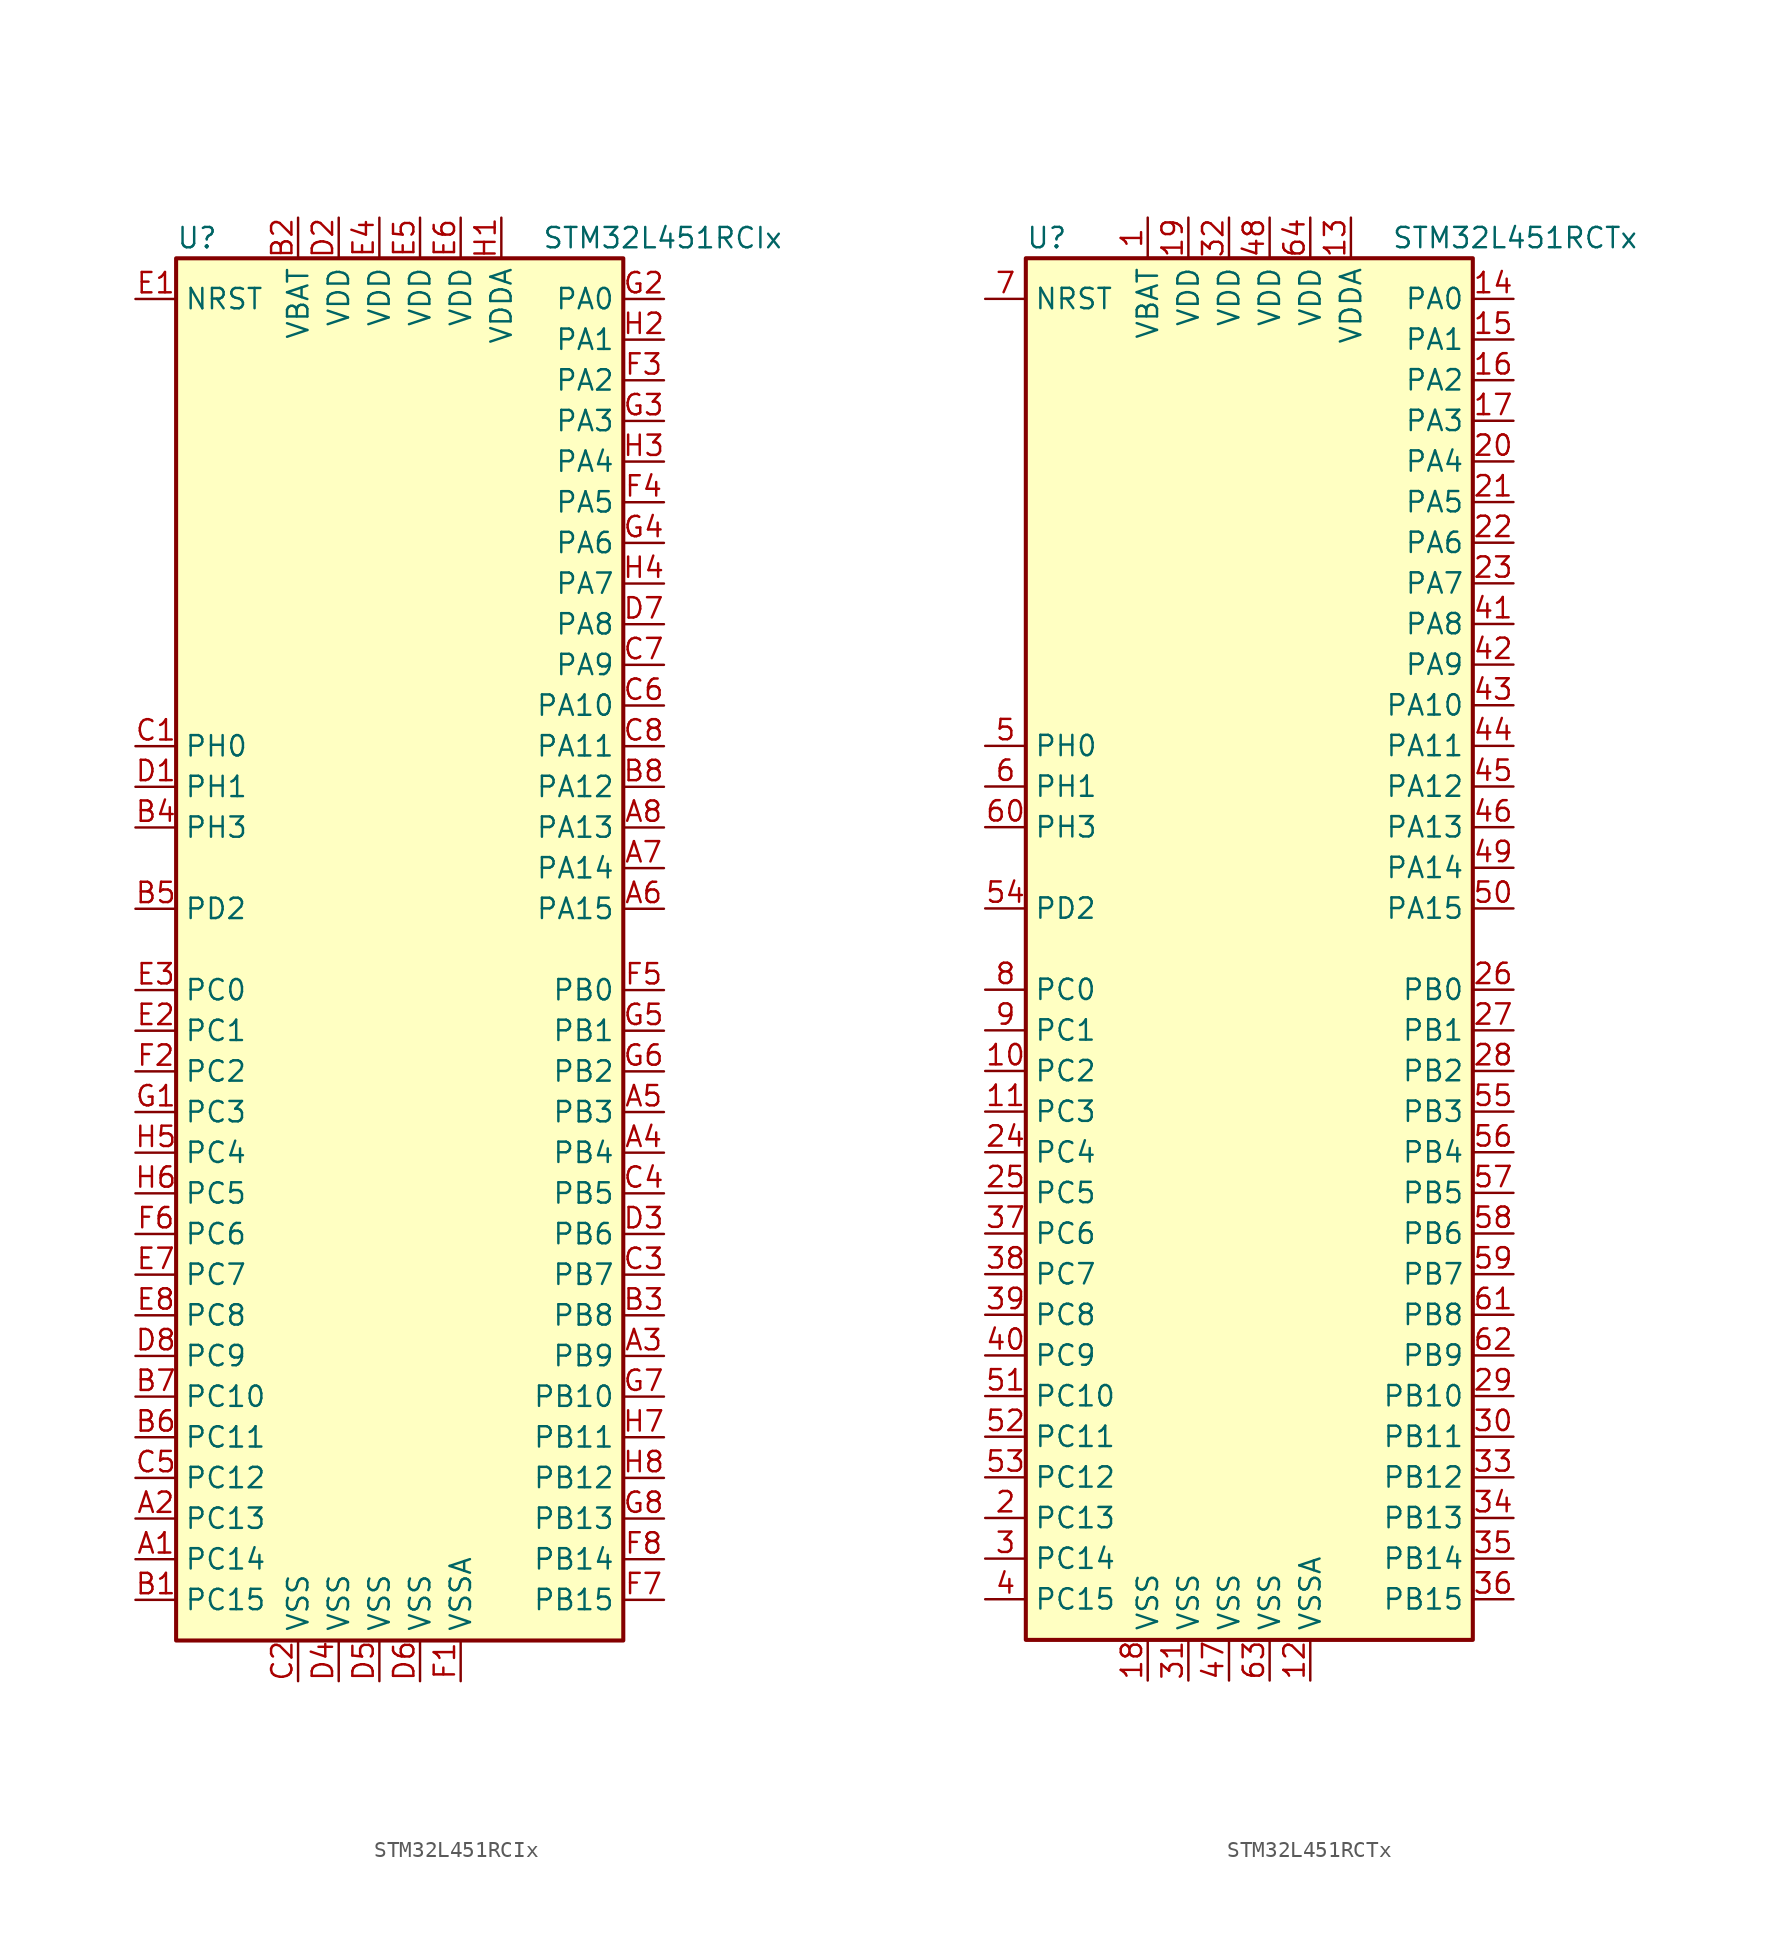
<source format=kicad_sym>
(kicad_symbol_lib
  (version 20211014)
  (generator kicad_symbol_editor)
  (symbol "STM32L451RCIx"
    (property "Reference" "U"
      (at -15.24 44.45 0)
      (effects (font (size 1.27 1.27)) (justify left)))
    (property "Value" "STM32L451RCIx"
      (at 7.62 44.45 0)
      (effects (font (size 1.27 1.27)) (justify left)))
    (symbol "STM32L451RCIx_0_1"
      (rectangle (start -15.24 -43.18) (end 12.7 43.18) (stroke (width 0.254) (type default) (color 0 0 0 0)) (fill (type background))))
    (symbol "STM32L451RCIx_1_1"
      (pin bidirectional line (at -17.78 -38.1 0) (length 2.54) (name "PC14" (effects (font (size 1.27 1.27)))) (number "A1" (effects (font (size 1.27 1.27)))))
      (pin bidirectional line (at -17.78 -35.56 0) (length 2.54) (name "PC13" (effects (font (size 1.27 1.27)))) (number "A2" (effects (font (size 1.27 1.27)))))
      (pin bidirectional line (at 15.24 -25.4 180) (length 2.54) (name "PB9" (effects (font (size 1.27 1.27)))) (number "A3" (effects (font (size 1.27 1.27)))))
      (pin bidirectional line (at 15.24 -12.7 180) (length 2.54) (name "PB4" (effects (font (size 1.27 1.27)))) (number "A4" (effects (font (size 1.27 1.27)))))
      (pin bidirectional line (at 15.24 -10.16 180) (length 2.54) (name "PB3" (effects (font (size 1.27 1.27)))) (number "A5" (effects (font (size 1.27 1.27)))))
      (pin bidirectional line (at 15.24 2.54 180) (length 2.54) (name "PA15" (effects (font (size 1.27 1.27)))) (number "A6" (effects (font (size 1.27 1.27)))))
      (pin bidirectional line (at 15.24 5.08 180) (length 2.54) (name "PA14" (effects (font (size 1.27 1.27)))) (number "A7" (effects (font (size 1.27 1.27)))))
      (pin bidirectional line (at 15.24 7.62 180) (length 2.54) (name "PA13" (effects (font (size 1.27 1.27)))) (number "A8" (effects (font (size 1.27 1.27)))))
      (pin bidirectional line (at -17.78 -40.64 0) (length 2.54) (name "PC15" (effects (font (size 1.27 1.27)))) (number "B1" (effects (font (size 1.27 1.27)))))
      (pin power_in line (at -7.62 45.72 270) (length 2.54) (name "VBAT" (effects (font (size 1.27 1.27)))) (number "B2" (effects (font (size 1.27 1.27)))))
      (pin bidirectional line (at 15.24 -22.86 180) (length 2.54) (name "PB8" (effects (font (size 1.27 1.27)))) (number "B3" (effects (font (size 1.27 1.27)))))
      (pin bidirectional line (at -17.78 7.62 0) (length 2.54) (name "PH3" (effects (font (size 1.27 1.27)))) (number "B4" (effects (font (size 1.27 1.27)))))
      (pin bidirectional line (at -17.78 2.54 0) (length 2.54) (name "PD2" (effects (font (size 1.27 1.27)))) (number "B5" (effects (font (size 1.27 1.27)))))
      (pin bidirectional line (at -17.78 -30.48 0) (length 2.54) (name "PC11" (effects (font (size 1.27 1.27)))) (number "B6" (effects (font (size 1.27 1.27)))))
      (pin bidirectional line (at -17.78 -27.94 0) (length 2.54) (name "PC10" (effects (font (size 1.27 1.27)))) (number "B7" (effects (font (size 1.27 1.27)))))
      (pin bidirectional line (at 15.24 10.16 180) (length 2.54) (name "PA12" (effects (font (size 1.27 1.27)))) (number "B8" (effects (font (size 1.27 1.27)))))
      (pin input line (at -17.78 12.7 0) (length 2.54) (name "PH0" (effects (font (size 1.27 1.27)))) (number "C1" (effects (font (size 1.27 1.27)))))
      (pin power_in line (at -7.62 -45.72 90) (length 2.54) (name "VSS" (effects (font (size 1.27 1.27)))) (number "C2" (effects (font (size 1.27 1.27)))))
      (pin bidirectional line (at 15.24 -20.32 180) (length 2.54) (name "PB7" (effects (font (size 1.27 1.27)))) (number "C3" (effects (font (size 1.27 1.27)))))
      (pin bidirectional line (at 15.24 -15.24 180) (length 2.54) (name "PB5" (effects (font (size 1.27 1.27)))) (number "C4" (effects (font (size 1.27 1.27)))))
      (pin bidirectional line (at -17.78 -33.02 0) (length 2.54) (name "PC12" (effects (font (size 1.27 1.27)))) (number "C5" (effects (font (size 1.27 1.27)))))
      (pin bidirectional line (at 15.24 15.24 180) (length 2.54) (name "PA10" (effects (font (size 1.27 1.27)))) (number "C6" (effects (font (size 1.27 1.27)))))
      (pin bidirectional line (at 15.24 17.78 180) (length 2.54) (name "PA9" (effects (font (size 1.27 1.27)))) (number "C7" (effects (font (size 1.27 1.27)))))
      (pin bidirectional line (at 15.24 12.7 180) (length 2.54) (name "PA11" (effects (font (size 1.27 1.27)))) (number "C8" (effects (font (size 1.27 1.27)))))
      (pin input line (at -17.78 10.16 0) (length 2.54) (name "PH1" (effects (font (size 1.27 1.27)))) (number "D1" (effects (font (size 1.27 1.27)))))
      (pin power_in line (at -5.08 45.72 270) (length 2.54) (name "VDD" (effects (font (size 1.27 1.27)))) (number "D2" (effects (font (size 1.27 1.27)))))
      (pin bidirectional line (at 15.24 -17.78 180) (length 2.54) (name "PB6" (effects (font (size 1.27 1.27)))) (number "D3" (effects (font (size 1.27 1.27)))))
      (pin power_in line (at -5.08 -45.72 90) (length 2.54) (name "VSS" (effects (font (size 1.27 1.27)))) (number "D4" (effects (font (size 1.27 1.27)))))
      (pin power_in line (at -2.54 -45.72 90) (length 2.54) (name "VSS" (effects (font (size 1.27 1.27)))) (number "D5" (effects (font (size 1.27 1.27)))))
      (pin power_in line (at 0 -45.72 90) (length 2.54) (name "VSS" (effects (font (size 1.27 1.27)))) (number "D6" (effects (font (size 1.27 1.27)))))
      (pin bidirectional line (at 15.24 20.32 180) (length 2.54) (name "PA8" (effects (font (size 1.27 1.27)))) (number "D7" (effects (font (size 1.27 1.27)))))
      (pin bidirectional line (at -17.78 -25.4 0) (length 2.54) (name "PC9" (effects (font (size 1.27 1.27)))) (number "D8" (effects (font (size 1.27 1.27)))))
      (pin input line (at -17.78 40.64 0) (length 2.54) (name "NRST" (effects (font (size 1.27 1.27)))) (number "E1" (effects (font (size 1.27 1.27)))))
      (pin bidirectional line (at -17.78 -5.08 0) (length 2.54) (name "PC1" (effects (font (size 1.27 1.27)))) (number "E2" (effects (font (size 1.27 1.27)))))
      (pin bidirectional line (at -17.78 -2.54 0) (length 2.54) (name "PC0" (effects (font (size 1.27 1.27)))) (number "E3" (effects (font (size 1.27 1.27)))))
      (pin power_in line (at -2.54 45.72 270) (length 2.54) (name "VDD" (effects (font (size 1.27 1.27)))) (number "E4" (effects (font (size 1.27 1.27)))))
      (pin power_in line (at 0 45.72 270) (length 2.54) (name "VDD" (effects (font (size 1.27 1.27)))) (number "E5" (effects (font (size 1.27 1.27)))))
      (pin power_in line (at 2.54 45.72 270) (length 2.54) (name "VDD" (effects (font (size 1.27 1.27)))) (number "E6" (effects (font (size 1.27 1.27)))))
      (pin bidirectional line (at -17.78 -20.32 0) (length 2.54) (name "PC7" (effects (font (size 1.27 1.27)))) (number "E7" (effects (font (size 1.27 1.27)))))
      (pin bidirectional line (at -17.78 -22.86 0) (length 2.54) (name "PC8" (effects (font (size 1.27 1.27)))) (number "E8" (effects (font (size 1.27 1.27)))))
      (pin power_in line (at 2.54 -45.72 90) (length 2.54) (name "VSSA" (effects (font (size 1.27 1.27)))) (number "F1" (effects (font (size 1.27 1.27)))))
      (pin bidirectional line (at -17.78 -7.62 0) (length 2.54) (name "PC2" (effects (font (size 1.27 1.27)))) (number "F2" (effects (font (size 1.27 1.27)))))
      (pin bidirectional line (at 15.24 35.56 180) (length 2.54) (name "PA2" (effects (font (size 1.27 1.27)))) (number "F3" (effects (font (size 1.27 1.27)))))
      (pin bidirectional line (at 15.24 27.94 180) (length 2.54) (name "PA5" (effects (font (size 1.27 1.27)))) (number "F4" (effects (font (size 1.27 1.27)))))
      (pin bidirectional line (at 15.24 -2.54 180) (length 2.54) (name "PB0" (effects (font (size 1.27 1.27)))) (number "F5" (effects (font (size 1.27 1.27)))))
      (pin bidirectional line (at -17.78 -17.78 0) (length 2.54) (name "PC6" (effects (font (size 1.27 1.27)))) (number "F6" (effects (font (size 1.27 1.27)))))
      (pin bidirectional line (at 15.24 -40.64 180) (length 2.54) (name "PB15" (effects (font (size 1.27 1.27)))) (number "F7" (effects (font (size 1.27 1.27)))))
      (pin bidirectional line (at 15.24 -38.1 180) (length 2.54) (name "PB14" (effects (font (size 1.27 1.27)))) (number "F8" (effects (font (size 1.27 1.27)))))
      (pin bidirectional line (at -17.78 -10.16 0) (length 2.54) (name "PC3" (effects (font (size 1.27 1.27)))) (number "G1" (effects (font (size 1.27 1.27)))))
      (pin bidirectional line (at 15.24 40.64 180) (length 2.54) (name "PA0" (effects (font (size 1.27 1.27)))) (number "G2" (effects (font (size 1.27 1.27)))))
      (pin bidirectional line (at 15.24 33.02 180) (length 2.54) (name "PA3" (effects (font (size 1.27 1.27)))) (number "G3" (effects (font (size 1.27 1.27)))))
      (pin bidirectional line (at 15.24 25.4 180) (length 2.54) (name "PA6" (effects (font (size 1.27 1.27)))) (number "G4" (effects (font (size 1.27 1.27)))))
      (pin bidirectional line (at 15.24 -5.08 180) (length 2.54) (name "PB1" (effects (font (size 1.27 1.27)))) (number "G5" (effects (font (size 1.27 1.27)))))
      (pin bidirectional line (at 15.24 -7.62 180) (length 2.54) (name "PB2" (effects (font (size 1.27 1.27)))) (number "G6" (effects (font (size 1.27 1.27)))))
      (pin bidirectional line (at 15.24 -27.94 180) (length 2.54) (name "PB10" (effects (font (size 1.27 1.27)))) (number "G7" (effects (font (size 1.27 1.27)))))
      (pin bidirectional line (at 15.24 -35.56 180) (length 2.54) (name "PB13" (effects (font (size 1.27 1.27)))) (number "G8" (effects (font (size 1.27 1.27)))))
      (pin power_in line (at 5.08 45.72 270) (length 2.54) (name "VDDA" (effects (font (size 1.27 1.27)))) (number "H1" (effects (font (size 1.27 1.27)))))
      (pin bidirectional line (at 15.24 38.1 180) (length 2.54) (name "PA1" (effects (font (size 1.27 1.27)))) (number "H2" (effects (font (size 1.27 1.27)))))
      (pin bidirectional line (at 15.24 30.48 180) (length 2.54) (name "PA4" (effects (font (size 1.27 1.27)))) (number "H3" (effects (font (size 1.27 1.27)))))
      (pin bidirectional line (at 15.24 22.86 180) (length 2.54) (name "PA7" (effects (font (size 1.27 1.27)))) (number "H4" (effects (font (size 1.27 1.27)))))
      (pin bidirectional line (at -17.78 -12.7 0) (length 2.54) (name "PC4" (effects (font (size 1.27 1.27)))) (number "H5" (effects (font (size 1.27 1.27)))))
      (pin bidirectional line (at -17.78 -15.24 0) (length 2.54) (name "PC5" (effects (font (size 1.27 1.27)))) (number "H6" (effects (font (size 1.27 1.27)))))
      (pin bidirectional line (at 15.24 -30.48 180) (length 2.54) (name "PB11" (effects (font (size 1.27 1.27)))) (number "H7" (effects (font (size 1.27 1.27)))))
      (pin bidirectional line (at 15.24 -33.02 180) (length 2.54) (name "PB12" (effects (font (size 1.27 1.27)))) (number "H8" (effects (font (size 1.27 1.27)))))))
  (symbol "STM32L451RCTx"
    (property "Reference" "U"
      (at -15.24 44.45 0)
      (effects (font (size 1.27 1.27)) (justify left)))
    (property "Value" "STM32L451RCTx"
      (at 7.62 44.45 0)
      (effects (font (size 1.27 1.27)) (justify left)))
    (symbol "STM32L451RCTx_0_1"
      (rectangle (start -15.24 -43.18) (end 12.7 43.18) (stroke (width 0.254) (type default) (color 0 0 0 0)) (fill (type background))))
    (symbol "STM32L451RCTx_1_1"
      (pin power_in line (at -7.62 45.72 270) (length 2.54) (name "VBAT" (effects (font (size 1.27 1.27)))) (number "1" (effects (font (size 1.27 1.27)))))
      (pin bidirectional line (at -17.78 -7.62 0) (length 2.54) (name "PC2" (effects (font (size 1.27 1.27)))) (number "10" (effects (font (size 1.27 1.27)))))
      (pin bidirectional line (at -17.78 -10.16 0) (length 2.54) (name "PC3" (effects (font (size 1.27 1.27)))) (number "11" (effects (font (size 1.27 1.27)))))
      (pin power_in line (at 2.54 -45.72 90) (length 2.54) (name "VSSA" (effects (font (size 1.27 1.27)))) (number "12" (effects (font (size 1.27 1.27)))))
      (pin power_in line (at 5.08 45.72 270) (length 2.54) (name "VDDA" (effects (font (size 1.27 1.27)))) (number "13" (effects (font (size 1.27 1.27)))))
      (pin bidirectional line (at 15.24 40.64 180) (length 2.54) (name "PA0" (effects (font (size 1.27 1.27)))) (number "14" (effects (font (size 1.27 1.27)))))
      (pin bidirectional line (at 15.24 38.1 180) (length 2.54) (name "PA1" (effects (font (size 1.27 1.27)))) (number "15" (effects (font (size 1.27 1.27)))))
      (pin bidirectional line (at 15.24 35.56 180) (length 2.54) (name "PA2" (effects (font (size 1.27 1.27)))) (number "16" (effects (font (size 1.27 1.27)))))
      (pin bidirectional line (at 15.24 33.02 180) (length 2.54) (name "PA3" (effects (font (size 1.27 1.27)))) (number "17" (effects (font (size 1.27 1.27)))))
      (pin power_in line (at -7.62 -45.72 90) (length 2.54) (name "VSS" (effects (font (size 1.27 1.27)))) (number "18" (effects (font (size 1.27 1.27)))))
      (pin power_in line (at -5.08 45.72 270) (length 2.54) (name "VDD" (effects (font (size 1.27 1.27)))) (number "19" (effects (font (size 1.27 1.27)))))
      (pin bidirectional line (at -17.78 -35.56 0) (length 2.54) (name "PC13" (effects (font (size 1.27 1.27)))) (number "2" (effects (font (size 1.27 1.27)))))
      (pin bidirectional line (at 15.24 30.48 180) (length 2.54) (name "PA4" (effects (font (size 1.27 1.27)))) (number "20" (effects (font (size 1.27 1.27)))))
      (pin bidirectional line (at 15.24 27.94 180) (length 2.54) (name "PA5" (effects (font (size 1.27 1.27)))) (number "21" (effects (font (size 1.27 1.27)))))
      (pin bidirectional line (at 15.24 25.4 180) (length 2.54) (name "PA6" (effects (font (size 1.27 1.27)))) (number "22" (effects (font (size 1.27 1.27)))))
      (pin bidirectional line (at 15.24 22.86 180) (length 2.54) (name "PA7" (effects (font (size 1.27 1.27)))) (number "23" (effects (font (size 1.27 1.27)))))
      (pin bidirectional line (at -17.78 -12.7 0) (length 2.54) (name "PC4" (effects (font (size 1.27 1.27)))) (number "24" (effects (font (size 1.27 1.27)))))
      (pin bidirectional line (at -17.78 -15.24 0) (length 2.54) (name "PC5" (effects (font (size 1.27 1.27)))) (number "25" (effects (font (size 1.27 1.27)))))
      (pin bidirectional line (at 15.24 -2.54 180) (length 2.54) (name "PB0" (effects (font (size 1.27 1.27)))) (number "26" (effects (font (size 1.27 1.27)))))
      (pin bidirectional line (at 15.24 -5.08 180) (length 2.54) (name "PB1" (effects (font (size 1.27 1.27)))) (number "27" (effects (font (size 1.27 1.27)))))
      (pin bidirectional line (at 15.24 -7.62 180) (length 2.54) (name "PB2" (effects (font (size 1.27 1.27)))) (number "28" (effects (font (size 1.27 1.27)))))
      (pin bidirectional line (at 15.24 -27.94 180) (length 2.54) (name "PB10" (effects (font (size 1.27 1.27)))) (number "29" (effects (font (size 1.27 1.27)))))
      (pin bidirectional line (at -17.78 -38.1 0) (length 2.54) (name "PC14" (effects (font (size 1.27 1.27)))) (number "3" (effects (font (size 1.27 1.27)))))
      (pin bidirectional line (at 15.24 -30.48 180) (length 2.54) (name "PB11" (effects (font (size 1.27 1.27)))) (number "30" (effects (font (size 1.27 1.27)))))
      (pin power_in line (at -5.08 -45.72 90) (length 2.54) (name "VSS" (effects (font (size 1.27 1.27)))) (number "31" (effects (font (size 1.27 1.27)))))
      (pin power_in line (at -2.54 45.72 270) (length 2.54) (name "VDD" (effects (font (size 1.27 1.27)))) (number "32" (effects (font (size 1.27 1.27)))))
      (pin bidirectional line (at 15.24 -33.02 180) (length 2.54) (name "PB12" (effects (font (size 1.27 1.27)))) (number "33" (effects (font (size 1.27 1.27)))))
      (pin bidirectional line (at 15.24 -35.56 180) (length 2.54) (name "PB13" (effects (font (size 1.27 1.27)))) (number "34" (effects (font (size 1.27 1.27)))))
      (pin bidirectional line (at 15.24 -38.1 180) (length 2.54) (name "PB14" (effects (font (size 1.27 1.27)))) (number "35" (effects (font (size 1.27 1.27)))))
      (pin bidirectional line (at 15.24 -40.64 180) (length 2.54) (name "PB15" (effects (font (size 1.27 1.27)))) (number "36" (effects (font (size 1.27 1.27)))))
      (pin bidirectional line (at -17.78 -17.78 0) (length 2.54) (name "PC6" (effects (font (size 1.27 1.27)))) (number "37" (effects (font (size 1.27 1.27)))))
      (pin bidirectional line (at -17.78 -20.32 0) (length 2.54) (name "PC7" (effects (font (size 1.27 1.27)))) (number "38" (effects (font (size 1.27 1.27)))))
      (pin bidirectional line (at -17.78 -22.86 0) (length 2.54) (name "PC8" (effects (font (size 1.27 1.27)))) (number "39" (effects (font (size 1.27 1.27)))))
      (pin bidirectional line (at -17.78 -40.64 0) (length 2.54) (name "PC15" (effects (font (size 1.27 1.27)))) (number "4" (effects (font (size 1.27 1.27)))))
      (pin bidirectional line (at -17.78 -25.4 0) (length 2.54) (name "PC9" (effects (font (size 1.27 1.27)))) (number "40" (effects (font (size 1.27 1.27)))))
      (pin bidirectional line (at 15.24 20.32 180) (length 2.54) (name "PA8" (effects (font (size 1.27 1.27)))) (number "41" (effects (font (size 1.27 1.27)))))
      (pin bidirectional line (at 15.24 17.78 180) (length 2.54) (name "PA9" (effects (font (size 1.27 1.27)))) (number "42" (effects (font (size 1.27 1.27)))))
      (pin bidirectional line (at 15.24 15.24 180) (length 2.54) (name "PA10" (effects (font (size 1.27 1.27)))) (number "43" (effects (font (size 1.27 1.27)))))
      (pin bidirectional line (at 15.24 12.7 180) (length 2.54) (name "PA11" (effects (font (size 1.27 1.27)))) (number "44" (effects (font (size 1.27 1.27)))))
      (pin bidirectional line (at 15.24 10.16 180) (length 2.54) (name "PA12" (effects (font (size 1.27 1.27)))) (number "45" (effects (font (size 1.27 1.27)))))
      (pin bidirectional line (at 15.24 7.62 180) (length 2.54) (name "PA13" (effects (font (size 1.27 1.27)))) (number "46" (effects (font (size 1.27 1.27)))))
      (pin power_in line (at -2.54 -45.72 90) (length 2.54) (name "VSS" (effects (font (size 1.27 1.27)))) (number "47" (effects (font (size 1.27 1.27)))))
      (pin power_in line (at 0 45.72 270) (length 2.54) (name "VDD" (effects (font (size 1.27 1.27)))) (number "48" (effects (font (size 1.27 1.27)))))
      (pin bidirectional line (at 15.24 5.08 180) (length 2.54) (name "PA14" (effects (font (size 1.27 1.27)))) (number "49" (effects (font (size 1.27 1.27)))))
      (pin input line (at -17.78 12.7 0) (length 2.54) (name "PH0" (effects (font (size 1.27 1.27)))) (number "5" (effects (font (size 1.27 1.27)))))
      (pin bidirectional line (at 15.24 2.54 180) (length 2.54) (name "PA15" (effects (font (size 1.27 1.27)))) (number "50" (effects (font (size 1.27 1.27)))))
      (pin bidirectional line (at -17.78 -27.94 0) (length 2.54) (name "PC10" (effects (font (size 1.27 1.27)))) (number "51" (effects (font (size 1.27 1.27)))))
      (pin bidirectional line (at -17.78 -30.48 0) (length 2.54) (name "PC11" (effects (font (size 1.27 1.27)))) (number "52" (effects (font (size 1.27 1.27)))))
      (pin bidirectional line (at -17.78 -33.02 0) (length 2.54) (name "PC12" (effects (font (size 1.27 1.27)))) (number "53" (effects (font (size 1.27 1.27)))))
      (pin bidirectional line (at -17.78 2.54 0) (length 2.54) (name "PD2" (effects (font (size 1.27 1.27)))) (number "54" (effects (font (size 1.27 1.27)))))
      (pin bidirectional line (at 15.24 -10.16 180) (length 2.54) (name "PB3" (effects (font (size 1.27 1.27)))) (number "55" (effects (font (size 1.27 1.27)))))
      (pin bidirectional line (at 15.24 -12.7 180) (length 2.54) (name "PB4" (effects (font (size 1.27 1.27)))) (number "56" (effects (font (size 1.27 1.27)))))
      (pin bidirectional line (at 15.24 -15.24 180) (length 2.54) (name "PB5" (effects (font (size 1.27 1.27)))) (number "57" (effects (font (size 1.27 1.27)))))
      (pin bidirectional line (at 15.24 -17.78 180) (length 2.54) (name "PB6" (effects (font (size 1.27 1.27)))) (number "58" (effects (font (size 1.27 1.27)))))
      (pin bidirectional line (at 15.24 -20.32 180) (length 2.54) (name "PB7" (effects (font (size 1.27 1.27)))) (number "59" (effects (font (size 1.27 1.27)))))
      (pin input line (at -17.78 10.16 0) (length 2.54) (name "PH1" (effects (font (size 1.27 1.27)))) (number "6" (effects (font (size 1.27 1.27)))))
      (pin bidirectional line (at -17.78 7.62 0) (length 2.54) (name "PH3" (effects (font (size 1.27 1.27)))) (number "60" (effects (font (size 1.27 1.27)))))
      (pin bidirectional line (at 15.24 -22.86 180) (length 2.54) (name "PB8" (effects (font (size 1.27 1.27)))) (number "61" (effects (font (size 1.27 1.27)))))
      (pin bidirectional line (at 15.24 -25.4 180) (length 2.54) (name "PB9" (effects (font (size 1.27 1.27)))) (number "62" (effects (font (size 1.27 1.27)))))
      (pin power_in line (at 0 -45.72 90) (length 2.54) (name "VSS" (effects (font (size 1.27 1.27)))) (number "63" (effects (font (size 1.27 1.27)))))
      (pin power_in line (at 2.54 45.72 270) (length 2.54) (name "VDD" (effects (font (size 1.27 1.27)))) (number "64" (effects (font (size 1.27 1.27)))))
      (pin input line (at -17.78 40.64 0) (length 2.54) (name "NRST" (effects (font (size 1.27 1.27)))) (number "7" (effects (font (size 1.27 1.27)))))
      (pin bidirectional line (at -17.78 -2.54 0) (length 2.54) (name "PC0" (effects (font (size 1.27 1.27)))) (number "8" (effects (font (size 1.27 1.27)))))
      (pin bidirectional line (at -17.78 -5.08 0) (length 2.54) (name "PC1" (effects (font (size 1.27 1.27)))) (number "9" (effects (font (size 1.27 1.27))))))))
</source>
